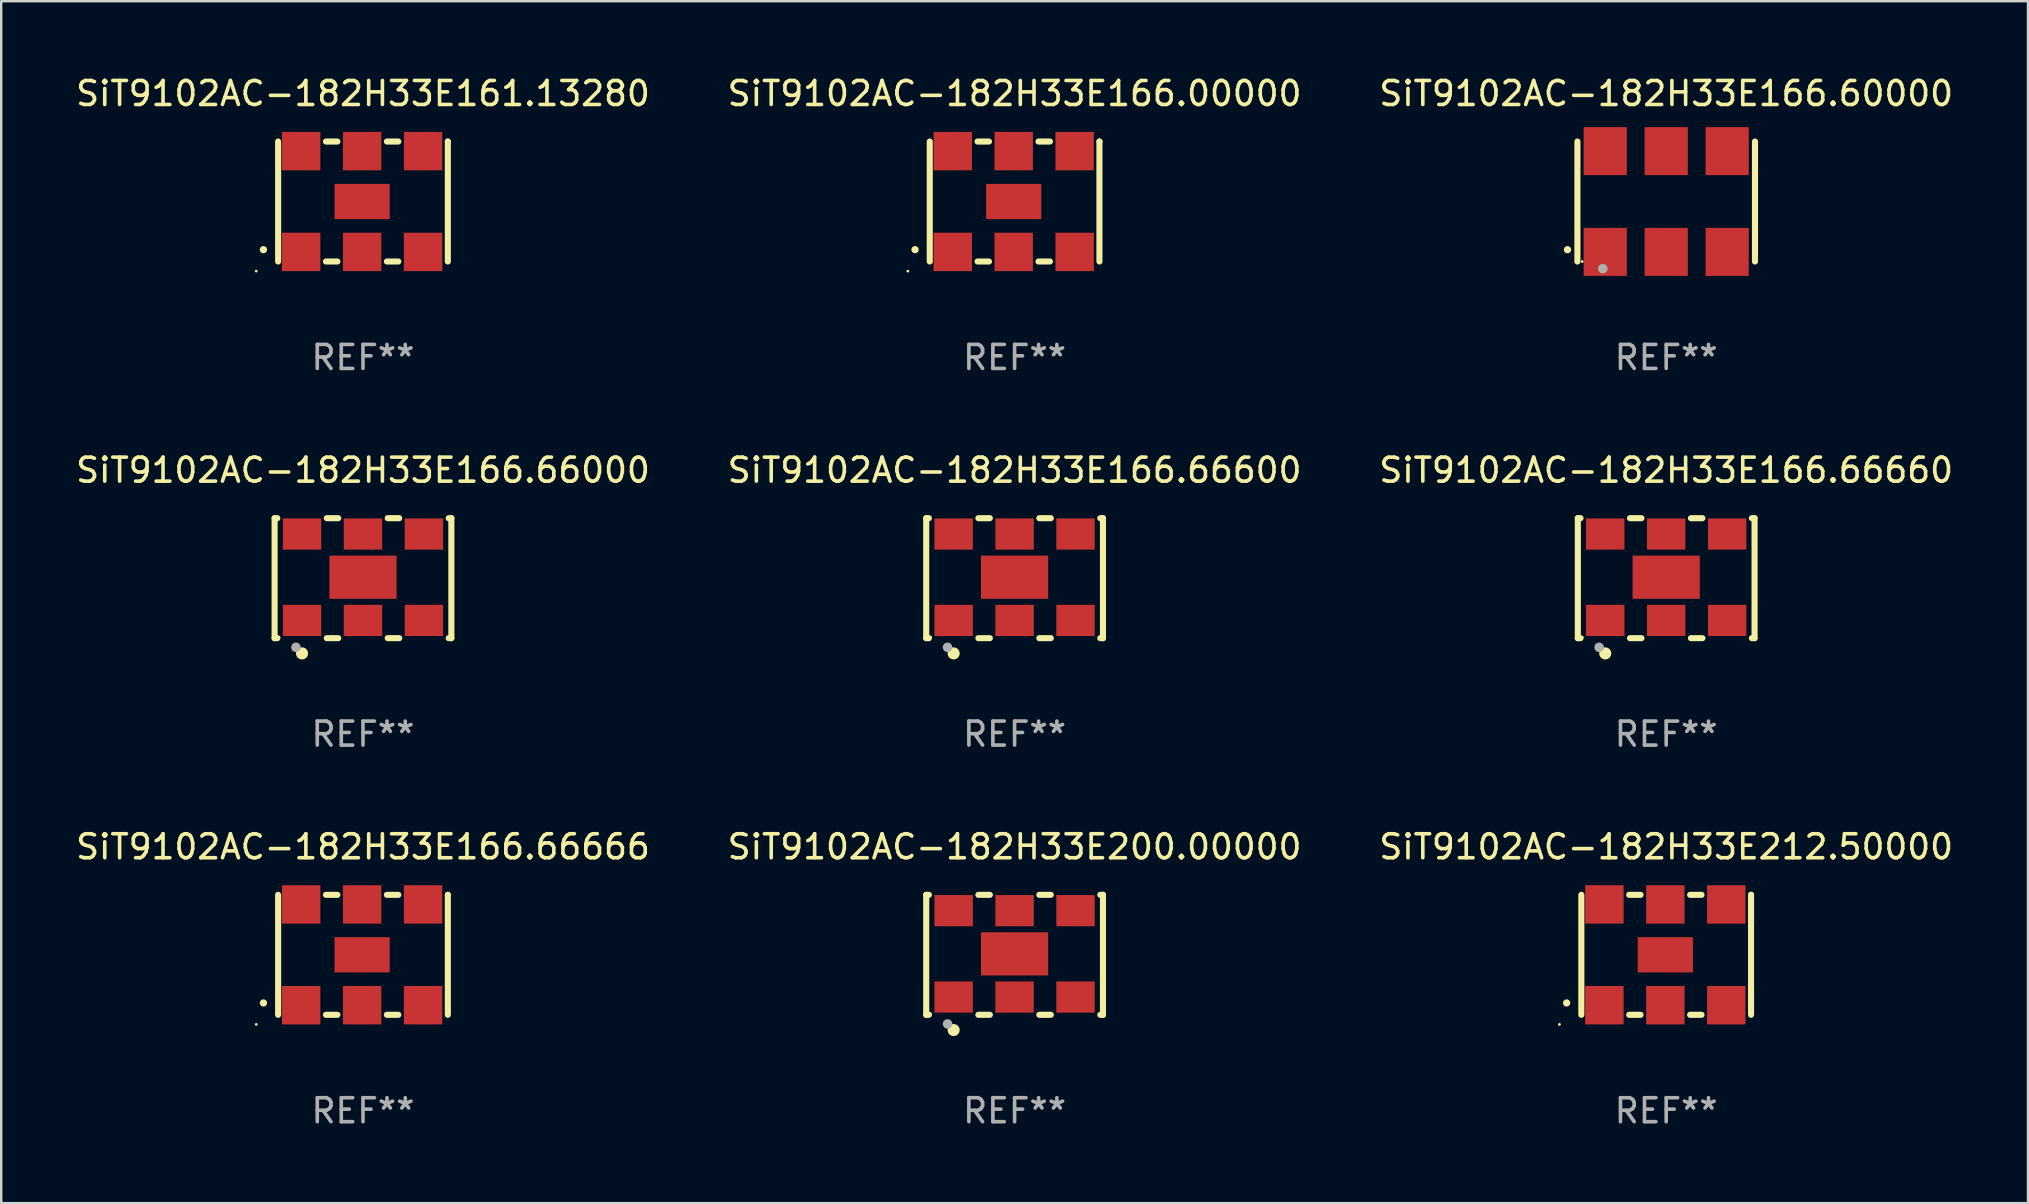
<source format=kicad_pcb>
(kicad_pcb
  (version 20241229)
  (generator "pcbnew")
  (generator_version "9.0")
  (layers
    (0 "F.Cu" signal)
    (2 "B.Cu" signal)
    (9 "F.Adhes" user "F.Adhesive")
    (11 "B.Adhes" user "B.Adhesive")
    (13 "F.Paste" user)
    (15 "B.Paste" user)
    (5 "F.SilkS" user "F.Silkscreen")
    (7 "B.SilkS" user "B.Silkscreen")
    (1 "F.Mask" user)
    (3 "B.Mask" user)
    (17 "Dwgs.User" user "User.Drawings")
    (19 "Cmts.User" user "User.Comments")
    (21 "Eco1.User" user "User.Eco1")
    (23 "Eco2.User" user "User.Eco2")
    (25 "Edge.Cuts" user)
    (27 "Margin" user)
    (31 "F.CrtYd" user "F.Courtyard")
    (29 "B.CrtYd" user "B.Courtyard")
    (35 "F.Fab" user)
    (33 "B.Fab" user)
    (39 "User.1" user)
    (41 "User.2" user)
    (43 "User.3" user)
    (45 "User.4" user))
  (footprint "SiT9102AC-182H33E200.00000"
    (layer "F.Cu")
    (at 39.232 36.741)
    (property "Reference" "SiT9102AC-182H33E200.00000" (at 0 -4.5 0) (layer "F.SilkS") (effects (font (size 1 1) (thickness 0.15))))
    (attr through_hole)
    (fp_line (start -3.683 -2.5) (end -3.571 -2.5) (stroke (width 0.254) (type solid)) (layer "F.SilkS"))
    (fp_line (start -3.683 2.5) (end -3.683 -2.5) (stroke (width 0.254) (type solid)) (layer "F.SilkS"))
    (fp_line (start -3.683 2.5) (end -3.571 2.5) (stroke (width 0.254) (type solid)) (layer "F.SilkS"))
    (fp_line (start -1.509 -2.5) (end -1.031 -2.5) (stroke (width 0.254) (type solid)) (layer "F.SilkS"))
    (fp_line (start -1.509 2.5) (end -1.031 2.5) (stroke (width 0.254) (type solid)) (layer "F.SilkS"))
    (fp_line (start 1.031 -2.5) (end 1.509 -2.5) (stroke (width 0.254) (type solid)) (layer "F.SilkS"))
    (fp_line (start 1.031 2.5) (end 1.509 2.5) (stroke (width 0.254) (type solid)) (layer "F.SilkS"))
    (fp_line (start 3.571 -2.5) (end 3.683 -2.5) (stroke (width 0.254) (type solid)) (layer "F.SilkS"))
    (fp_line (start 3.571 2.5) (end 3.683 2.5) (stroke (width 0.254) (type solid)) (layer "F.SilkS"))
    (fp_line (start 3.683 2.5) (end 3.683 -2.5) (stroke (width 0.254) (type solid)) (layer "F.SilkS"))
    (fp_circle (center -3.5 2.46) (end -3.47 2.46) (stroke (width 0.06) (type solid)) (fill no) (layer "F.SilkS"))
    (fp_circle (center -2.54 3.135) (end -2.413 3.135) (stroke (width 0.254) (type solid)) (fill no) (layer "F.SilkS"))
    (fp_circle (center -2.794 2.881) (end -2.694 2.881) (stroke (width 0.2) (type solid)) (fill no) (layer "F.Fab"))
    (fp_text user "REF**" (at 0 6.5 0) (layer "F.Fab") (effects (font (size 1 1) (thickness 0.15))))
    (pad "1" smd rect (at -2.54 1.76) (size 1.6 1.3) (layers "F.Cu" "F.Mask" "F.Paste"))
    (pad "2" smd rect (at 0 1.76) (size 1.6 1.3) (layers "F.Cu" "F.Mask" "F.Paste"))
    (pad "3" smd rect (at 2.54 1.76) (size 1.6 1.3) (layers "F.Cu" "F.Mask" "F.Paste"))
    (pad "4" smd rect (at 2.54 -1.84) (size 1.6 1.3) (layers "F.Cu" "F.Mask" "F.Paste"))
    (pad "5" smd rect (at 0 -1.84) (size 1.6 1.3) (layers "F.Cu" "F.Mask" "F.Paste"))
    (pad "6" smd rect (at -2.54 -1.84) (size 1.6 1.3) (layers "F.Cu" "F.Mask" "F.Paste"))
    (pad "7" smd rect (at 0 -0.04) (size 2.8 1.8) (layers "F.Cu" "F.Mask" "F.Paste")))
  (footprint "SiT9102AC-182H33E166.66660"
    (layer "F.Cu")
    (at 66.387 21.045)
    (property "Reference" "SiT9102AC-182H33E166.66660" (at 0 -4.5 0) (layer "F.SilkS") (effects (font (size 1 1) (thickness 0.15))))
    (attr through_hole)
    (fp_line (start -3.683 -2.5) (end -3.571 -2.5) (stroke (width 0.254) (type solid)) (layer "F.SilkS"))
    (fp_line (start -3.683 2.5) (end -3.683 -2.5) (stroke (width 0.254) (type solid)) (layer "F.SilkS"))
    (fp_line (start -3.683 2.5) (end -3.571 2.5) (stroke (width 0.254) (type solid)) (layer "F.SilkS"))
    (fp_line (start -1.509 -2.5) (end -1.031 -2.5) (stroke (width 0.254) (type solid)) (layer "F.SilkS"))
    (fp_line (start -1.509 2.5) (end -1.031 2.5) (stroke (width 0.254) (type solid)) (layer "F.SilkS"))
    (fp_line (start 1.031 -2.5) (end 1.509 -2.5) (stroke (width 0.254) (type solid)) (layer "F.SilkS"))
    (fp_line (start 1.031 2.5) (end 1.509 2.5) (stroke (width 0.254) (type solid)) (layer "F.SilkS"))
    (fp_line (start 3.571 -2.5) (end 3.683 -2.5) (stroke (width 0.254) (type solid)) (layer "F.SilkS"))
    (fp_line (start 3.571 2.5) (end 3.683 2.5) (stroke (width 0.254) (type solid)) (layer "F.SilkS"))
    (fp_line (start 3.683 2.5) (end 3.683 -2.5) (stroke (width 0.254) (type solid)) (layer "F.SilkS"))
    (fp_circle (center -3.5 2.46) (end -3.47 2.46) (stroke (width 0.06) (type solid)) (fill no) (layer "F.SilkS"))
    (fp_circle (center -2.54 3.135) (end -2.413 3.135) (stroke (width 0.254) (type solid)) (fill no) (layer "F.SilkS"))
    (fp_circle (center -2.794 2.881) (end -2.694 2.881) (stroke (width 0.2) (type solid)) (fill no) (layer "F.Fab"))
    (fp_text user "REF**" (at 0 6.5 0) (layer "F.Fab") (effects (font (size 1 1) (thickness 0.15))))
    (pad "1" smd rect (at -2.54 1.76) (size 1.6 1.3) (layers "F.Cu" "F.Mask" "F.Paste"))
    (pad "2" smd rect (at 0 1.76) (size 1.6 1.3) (layers "F.Cu" "F.Mask" "F.Paste"))
    (pad "3" smd rect (at 2.54 1.76) (size 1.6 1.3) (layers "F.Cu" "F.Mask" "F.Paste"))
    (pad "4" smd rect (at 2.54 -1.84) (size 1.6 1.3) (layers "F.Cu" "F.Mask" "F.Paste"))
    (pad "5" smd rect (at 0 -1.84) (size 1.6 1.3) (layers "F.Cu" "F.Mask" "F.Paste"))
    (pad "6" smd rect (at -2.54 -1.84) (size 1.6 1.3) (layers "F.Cu" "F.Mask" "F.Paste"))
    (pad "7" smd rect (at 0 -0.04) (size 2.8 1.8) (layers "F.Cu" "F.Mask" "F.Paste")))
  (footprint "SiT9102AC-182H33E166.66666"
    (layer "F.Cu")
    (at 12.077 36.741)
    (property "Reference" "SiT9102AC-182H33E166.66666" (at 0 -4.5 0) (layer "F.SilkS") (effects (font (size 1 1) (thickness 0.15))))
    (attr through_hole)
    (fp_line (start -3.536 -2.5) (end -3.536 2.5) (stroke (width 0.254) (type solid)) (layer "F.SilkS"))
    (fp_line (start -1.544 2.5) (end -1.067 2.5) (stroke (width 0.254) (type solid)) (layer "F.SilkS"))
    (fp_line (start -1.067 -2.5) (end -1.544 -2.5) (stroke (width 0.254) (type solid)) (layer "F.SilkS"))
    (fp_line (start 0.996 2.5) (end 1.473 2.5) (stroke (width 0.254) (type solid)) (layer "F.SilkS"))
    (fp_line (start 1.473 -2.5) (end 0.996 -2.5) (stroke (width 0.254) (type solid)) (layer "F.SilkS"))
    (fp_line (start 3.536 -2.5) (end 3.536 -2.5) (stroke (width 0.254) (type solid)) (layer "F.SilkS"))
    (fp_line (start 3.536 2.5) (end 3.536 -2.5) (stroke (width 0.254) (type solid)) (layer "F.SilkS"))
    (fp_arc (start -4.150432 2.006604) (mid -4.149162 2.006599) (end -4.147892 2.006604) (stroke (width 0.3) (type solid)) (layer "F.SilkS"))
    (fp_circle (center -4.449 2.9) (end -4.419 2.9) (stroke (width 0.06) (type solid)) (fill no) (layer "F.SilkS"))
    (fp_text user "REF**" (at 0 6.5 0) (layer "F.Fab") (effects (font (size 1 1) (thickness 0.15))))
    (pad "1" smd rect (at -2.576 2.1) (size 1.6 1.6) (layers "F.Cu" "F.Mask" "F.Paste"))
    (pad "2" smd rect (at -0.036 2.1) (size 1.6 1.6) (layers "F.Cu" "F.Mask" "F.Paste"))
    (pad "3" smd rect (at 2.504 2.1) (size 1.6 1.6) (layers "F.Cu" "F.Mask" "F.Paste"))
    (pad "4" smd rect (at 2.504 -2.1) (size 1.6 1.6) (layers "F.Cu" "F.Mask" "F.Paste"))
    (pad "5" smd rect (at -0.036 -2.1) (size 1.6 1.6) (layers "F.Cu" "F.Mask" "F.Paste"))
    (pad "6" smd rect (at -2.576 -2.1) (size 1.6 1.6) (layers "F.Cu" "F.Mask" "F.Paste"))
    (pad "7" smd rect (at -0.036 0) (size 2.3 1.47) (layers "F.Cu" "F.Mask" "F.Paste")))
  (footprint "SiT9102AC-182H33E166.00000"
    (layer "F.Cu")
    (at 39.232 5.348)
    (property "Reference" "SiT9102AC-182H33E166.00000" (at 0 -4.5 0) (layer "F.SilkS") (effects (font (size 1 1) (thickness 0.15))))
    (attr through_hole)
    (fp_line (start -3.536 -2.5) (end -3.536 2.5) (stroke (width 0.254) (type solid)) (layer "F.SilkS"))
    (fp_line (start -1.544 2.5) (end -1.067 2.5) (stroke (width 0.254) (type solid)) (layer "F.SilkS"))
    (fp_line (start -1.067 -2.5) (end -1.544 -2.5) (stroke (width 0.254) (type solid)) (layer "F.SilkS"))
    (fp_line (start 0.996 2.5) (end 1.473 2.5) (stroke (width 0.254) (type solid)) (layer "F.SilkS"))
    (fp_line (start 1.473 -2.5) (end 0.996 -2.5) (stroke (width 0.254) (type solid)) (layer "F.SilkS"))
    (fp_line (start 3.536 -2.5) (end 3.536 -2.5) (stroke (width 0.254) (type solid)) (layer "F.SilkS"))
    (fp_line (start 3.536 2.5) (end 3.536 -2.5) (stroke (width 0.254) (type solid)) (layer "F.SilkS"))
    (fp_arc (start -4.150432 2.006604) (mid -4.149162 2.006599) (end -4.147892 2.006604) (stroke (width 0.3) (type solid)) (layer "F.SilkS"))
    (fp_circle (center -4.449 2.9) (end -4.419 2.9) (stroke (width 0.06) (type solid)) (fill no) (layer "F.SilkS"))
    (fp_text user "REF**" (at 0 6.5 0) (layer "F.Fab") (effects (font (size 1 1) (thickness 0.15))))
    (pad "1" smd rect (at -2.576 2.1) (size 1.6 1.6) (layers "F.Cu" "F.Mask" "F.Paste"))
    (pad "2" smd rect (at -0.036 2.1) (size 1.6 1.6) (layers "F.Cu" "F.Mask" "F.Paste"))
    (pad "3" smd rect (at 2.504 2.1) (size 1.6 1.6) (layers "F.Cu" "F.Mask" "F.Paste"))
    (pad "4" smd rect (at 2.504 -2.1) (size 1.6 1.6) (layers "F.Cu" "F.Mask" "F.Paste"))
    (pad "5" smd rect (at -0.036 -2.1) (size 1.6 1.6) (layers "F.Cu" "F.Mask" "F.Paste"))
    (pad "6" smd rect (at -2.576 -2.1) (size 1.6 1.6) (layers "F.Cu" "F.Mask" "F.Paste"))
    (pad "7" smd rect (at -0.036 0) (size 2.3 1.47) (layers "F.Cu" "F.Mask" "F.Paste")))
  (footprint "SiT9102AC-182H33E166.60000"
    (layer "F.Cu")
    (at 66.387 5.348)
    (property "Reference" "SiT9102AC-182H33E166.60000" (at 0 -4.5 0) (layer "F.SilkS") (effects (font (size 1 1) (thickness 0.15))))
    (attr through_hole)
    (fp_line (start -3.7 -2.5) (end -3.7 2.5) (stroke (width 0.254) (type solid)) (layer "F.SilkS"))
    (fp_line (start 3.7 -2.5) (end 3.7 2.5) (stroke (width 0.254) (type solid)) (layer "F.SilkS"))
    (fp_arc (start -4.114415 2.006604) (mid -4.113145 2.006599) (end -4.111875 2.006604) (stroke (width 0.3) (type solid)) (layer "F.SilkS"))
    (fp_circle (center -3.5 2.501) (end -3.47 2.501) (stroke (width 0.06) (type solid)) (fill no) (layer "F.SilkS"))
    (fp_circle (center -2.641 2.799) (end -2.541 2.799) (stroke (width 0.2) (type solid)) (fill no) (layer "F.Fab"))
    (fp_text user "REF**" (at 0 6.5 0) (layer "F.Fab") (effects (font (size 1 1) (thickness 0.15))))
    (pad "1" smd rect (at -2.54 2.1) (size 1.8 2) (layers "F.Cu" "F.Mask" "F.Paste"))
    (pad "2" smd rect (at 0.000394 2.1) (size 1.8 2) (layers "F.Cu" "F.Mask" "F.Paste"))
    (pad "3" smd rect (at 2.54 2.1) (size 1.8 2) (layers "F.Cu" "F.Mask" "F.Paste"))
    (pad "4" smd rect (at 2.54 -2.1) (size 1.8 2) (layers "F.Cu" "F.Mask" "F.Paste"))
    (pad "5" smd rect (at 0.000394 -2.1) (size 1.8 2) (layers "F.Cu" "F.Mask" "F.Paste"))
    (pad "6" smd rect (at -2.54 -2.1) (size 1.8 2) (layers "F.Cu" "F.Mask" "F.Paste")))
  (footprint "SiT9102AC-182H33E161.13280"
    (layer "F.Cu")
    (at 12.077 5.348)
    (property "Reference" "SiT9102AC-182H33E161.13280" (at 0 -4.5 0) (layer "F.SilkS") (effects (font (size 1 1) (thickness 0.15))))
    (attr through_hole)
    (fp_line (start -3.536 -2.5) (end -3.536 2.5) (stroke (width 0.254) (type solid)) (layer "F.SilkS"))
    (fp_line (start -1.544 2.5) (end -1.067 2.5) (stroke (width 0.254) (type solid)) (layer "F.SilkS"))
    (fp_line (start -1.067 -2.5) (end -1.544 -2.5) (stroke (width 0.254) (type solid)) (layer "F.SilkS"))
    (fp_line (start 0.996 2.5) (end 1.473 2.5) (stroke (width 0.254) (type solid)) (layer "F.SilkS"))
    (fp_line (start 1.473 -2.5) (end 0.996 -2.5) (stroke (width 0.254) (type solid)) (layer "F.SilkS"))
    (fp_line (start 3.536 -2.5) (end 3.536 -2.5) (stroke (width 0.254) (type solid)) (layer "F.SilkS"))
    (fp_line (start 3.536 2.5) (end 3.536 -2.5) (stroke (width 0.254) (type solid)) (layer "F.SilkS"))
    (fp_arc (start -4.150432 2.006604) (mid -4.149162 2.006599) (end -4.147892 2.006604) (stroke (width 0.3) (type solid)) (layer "F.SilkS"))
    (fp_circle (center -4.449 2.9) (end -4.419 2.9) (stroke (width 0.06) (type solid)) (fill no) (layer "F.SilkS"))
    (fp_text user "REF**" (at 0 6.5 0) (layer "F.Fab") (effects (font (size 1 1) (thickness 0.15))))
    (pad "1" smd rect (at -2.576 2.1) (size 1.6 1.6) (layers "F.Cu" "F.Mask" "F.Paste"))
    (pad "2" smd rect (at -0.036 2.1) (size 1.6 1.6) (layers "F.Cu" "F.Mask" "F.Paste"))
    (pad "3" smd rect (at 2.504 2.1) (size 1.6 1.6) (layers "F.Cu" "F.Mask" "F.Paste"))
    (pad "4" smd rect (at 2.504 -2.1) (size 1.6 1.6) (layers "F.Cu" "F.Mask" "F.Paste"))
    (pad "5" smd rect (at -0.036 -2.1) (size 1.6 1.6) (layers "F.Cu" "F.Mask" "F.Paste"))
    (pad "6" smd rect (at -2.576 -2.1) (size 1.6 1.6) (layers "F.Cu" "F.Mask" "F.Paste"))
    (pad "7" smd rect (at -0.036 0) (size 2.3 1.47) (layers "F.Cu" "F.Mask" "F.Paste")))
  (footprint "SiT9102AC-182H33E166.66600"
    (layer "F.Cu")
    (at 39.232 21.045)
    (property "Reference" "SiT9102AC-182H33E166.66600" (at 0 -4.5 0) (layer "F.SilkS") (effects (font (size 1 1) (thickness 0.15))))
    (attr through_hole)
    (fp_line (start -3.683 -2.5) (end -3.571 -2.5) (stroke (width 0.254) (type solid)) (layer "F.SilkS"))
    (fp_line (start -3.683 2.5) (end -3.683 -2.5) (stroke (width 0.254) (type solid)) (layer "F.SilkS"))
    (fp_line (start -3.683 2.5) (end -3.571 2.5) (stroke (width 0.254) (type solid)) (layer "F.SilkS"))
    (fp_line (start -1.509 -2.5) (end -1.031 -2.5) (stroke (width 0.254) (type solid)) (layer "F.SilkS"))
    (fp_line (start -1.509 2.5) (end -1.031 2.5) (stroke (width 0.254) (type solid)) (layer "F.SilkS"))
    (fp_line (start 1.031 -2.5) (end 1.509 -2.5) (stroke (width 0.254) (type solid)) (layer "F.SilkS"))
    (fp_line (start 1.031 2.5) (end 1.509 2.5) (stroke (width 0.254) (type solid)) (layer "F.SilkS"))
    (fp_line (start 3.571 -2.5) (end 3.683 -2.5) (stroke (width 0.254) (type solid)) (layer "F.SilkS"))
    (fp_line (start 3.571 2.5) (end 3.683 2.5) (stroke (width 0.254) (type solid)) (layer "F.SilkS"))
    (fp_line (start 3.683 2.5) (end 3.683 -2.5) (stroke (width 0.254) (type solid)) (layer "F.SilkS"))
    (fp_circle (center -3.5 2.46) (end -3.47 2.46) (stroke (width 0.06) (type solid)) (fill no) (layer "F.SilkS"))
    (fp_circle (center -2.54 3.135) (end -2.413 3.135) (stroke (width 0.254) (type solid)) (fill no) (layer "F.SilkS"))
    (fp_circle (center -2.794 2.881) (end -2.694 2.881) (stroke (width 0.2) (type solid)) (fill no) (layer "F.Fab"))
    (fp_text user "REF**" (at 0 6.5 0) (layer "F.Fab") (effects (font (size 1 1) (thickness 0.15))))
    (pad "1" smd rect (at -2.54 1.76) (size 1.6 1.3) (layers "F.Cu" "F.Mask" "F.Paste"))
    (pad "2" smd rect (at 0 1.76) (size 1.6 1.3) (layers "F.Cu" "F.Mask" "F.Paste"))
    (pad "3" smd rect (at 2.54 1.76) (size 1.6 1.3) (layers "F.Cu" "F.Mask" "F.Paste"))
    (pad "4" smd rect (at 2.54 -1.84) (size 1.6 1.3) (layers "F.Cu" "F.Mask" "F.Paste"))
    (pad "5" smd rect (at 0 -1.84) (size 1.6 1.3) (layers "F.Cu" "F.Mask" "F.Paste"))
    (pad "6" smd rect (at -2.54 -1.84) (size 1.6 1.3) (layers "F.Cu" "F.Mask" "F.Paste"))
    (pad "7" smd rect (at 0 -0.04) (size 2.8 1.8) (layers "F.Cu" "F.Mask" "F.Paste")))
  (footprint "SiT9102AC-182H33E166.66000"
    (layer "F.Cu")
    (at 12.077 21.045)
    (property "Reference" "SiT9102AC-182H33E166.66000" (at 0 -4.5 0) (layer "F.SilkS") (effects (font (size 1 1) (thickness 0.15))))
    (attr through_hole)
    (fp_line (start -3.683 -2.5) (end -3.571 -2.5) (stroke (width 0.254) (type solid)) (layer "F.SilkS"))
    (fp_line (start -3.683 2.5) (end -3.683 -2.5) (stroke (width 0.254) (type solid)) (layer "F.SilkS"))
    (fp_line (start -3.683 2.5) (end -3.571 2.5) (stroke (width 0.254) (type solid)) (layer "F.SilkS"))
    (fp_line (start -1.509 -2.5) (end -1.031 -2.5) (stroke (width 0.254) (type solid)) (layer "F.SilkS"))
    (fp_line (start -1.509 2.5) (end -1.031 2.5) (stroke (width 0.254) (type solid)) (layer "F.SilkS"))
    (fp_line (start 1.031 -2.5) (end 1.509 -2.5) (stroke (width 0.254) (type solid)) (layer "F.SilkS"))
    (fp_line (start 1.031 2.5) (end 1.509 2.5) (stroke (width 0.254) (type solid)) (layer "F.SilkS"))
    (fp_line (start 3.571 -2.5) (end 3.683 -2.5) (stroke (width 0.254) (type solid)) (layer "F.SilkS"))
    (fp_line (start 3.571 2.5) (end 3.683 2.5) (stroke (width 0.254) (type solid)) (layer "F.SilkS"))
    (fp_line (start 3.683 2.5) (end 3.683 -2.5) (stroke (width 0.254) (type solid)) (layer "F.SilkS"))
    (fp_circle (center -3.5 2.46) (end -3.47 2.46) (stroke (width 0.06) (type solid)) (fill no) (layer "F.SilkS"))
    (fp_circle (center -2.54 3.135) (end -2.413 3.135) (stroke (width 0.254) (type solid)) (fill no) (layer "F.SilkS"))
    (fp_circle (center -2.794 2.881) (end -2.694 2.881) (stroke (width 0.2) (type solid)) (fill no) (layer "F.Fab"))
    (fp_text user "REF**" (at 0 6.5 0) (layer "F.Fab") (effects (font (size 1 1) (thickness 0.15))))
    (pad "1" smd rect (at -2.54 1.76) (size 1.6 1.3) (layers "F.Cu" "F.Mask" "F.Paste"))
    (pad "2" smd rect (at 0 1.76) (size 1.6 1.3) (layers "F.Cu" "F.Mask" "F.Paste"))
    (pad "3" smd rect (at 2.54 1.76) (size 1.6 1.3) (layers "F.Cu" "F.Mask" "F.Paste"))
    (pad "4" smd rect (at 2.54 -1.84) (size 1.6 1.3) (layers "F.Cu" "F.Mask" "F.Paste"))
    (pad "5" smd rect (at 0 -1.84) (size 1.6 1.3) (layers "F.Cu" "F.Mask" "F.Paste"))
    (pad "6" smd rect (at -2.54 -1.84) (size 1.6 1.3) (layers "F.Cu" "F.Mask" "F.Paste"))
    (pad "7" smd rect (at 0 -0.04) (size 2.8 1.8) (layers "F.Cu" "F.Mask" "F.Paste")))
  (footprint "SiT9102AC-182H33E212.50000"
    (layer "F.Cu")
    (at 66.387 36.741)
    (property "Reference" "SiT9102AC-182H33E212.50000" (at 0 -4.5 0) (layer "F.SilkS") (effects (font (size 1 1) (thickness 0.15))))
    (attr through_hole)
    (fp_line (start -3.536 -2.5) (end -3.536 2.5) (stroke (width 0.254) (type solid)) (layer "F.SilkS"))
    (fp_line (start -1.544 2.5) (end -1.067 2.5) (stroke (width 0.254) (type solid)) (layer "F.SilkS"))
    (fp_line (start -1.067 -2.5) (end -1.544 -2.5) (stroke (width 0.254) (type solid)) (layer "F.SilkS"))
    (fp_line (start 0.996 2.5) (end 1.473 2.5) (stroke (width 0.254) (type solid)) (layer "F.SilkS"))
    (fp_line (start 1.473 -2.5) (end 0.996 -2.5) (stroke (width 0.254) (type solid)) (layer "F.SilkS"))
    (fp_line (start 3.536 -2.5) (end 3.536 -2.5) (stroke (width 0.254) (type solid)) (layer "F.SilkS"))
    (fp_line (start 3.536 2.5) (end 3.536 -2.5) (stroke (width 0.254) (type solid)) (layer "F.SilkS"))
    (fp_arc (start -4.150432 2.006604) (mid -4.149162 2.006599) (end -4.147892 2.006604) (stroke (width 0.3) (type solid)) (layer "F.SilkS"))
    (fp_circle (center -4.449 2.9) (end -4.419 2.9) (stroke (width 0.06) (type solid)) (fill no) (layer "F.SilkS"))
    (fp_text user "REF**" (at 0 6.5 0) (layer "F.Fab") (effects (font (size 1 1) (thickness 0.15))))
    (pad "1" smd rect (at -2.576 2.1) (size 1.6 1.6) (layers "F.Cu" "F.Mask" "F.Paste"))
    (pad "2" smd rect (at -0.036 2.1) (size 1.6 1.6) (layers "F.Cu" "F.Mask" "F.Paste"))
    (pad "3" smd rect (at 2.504 2.1) (size 1.6 1.6) (layers "F.Cu" "F.Mask" "F.Paste"))
    (pad "4" smd rect (at 2.504 -2.1) (size 1.6 1.6) (layers "F.Cu" "F.Mask" "F.Paste"))
    (pad "5" smd rect (at -0.036 -2.1) (size 1.6 1.6) (layers "F.Cu" "F.Mask" "F.Paste"))
    (pad "6" smd rect (at -2.576 -2.1) (size 1.6 1.6) (layers "F.Cu" "F.Mask" "F.Paste"))
    (pad "7" smd rect (at -0.036 0) (size 2.3 1.47) (layers "F.Cu" "F.Mask" "F.Paste")))
  (gr_rect
    (start -3 -3)
    (end 81.464 47.09)
    (stroke (width 0.1) (type default))
    (fill no)
    (layer "Edge.Cuts")))
</source>
